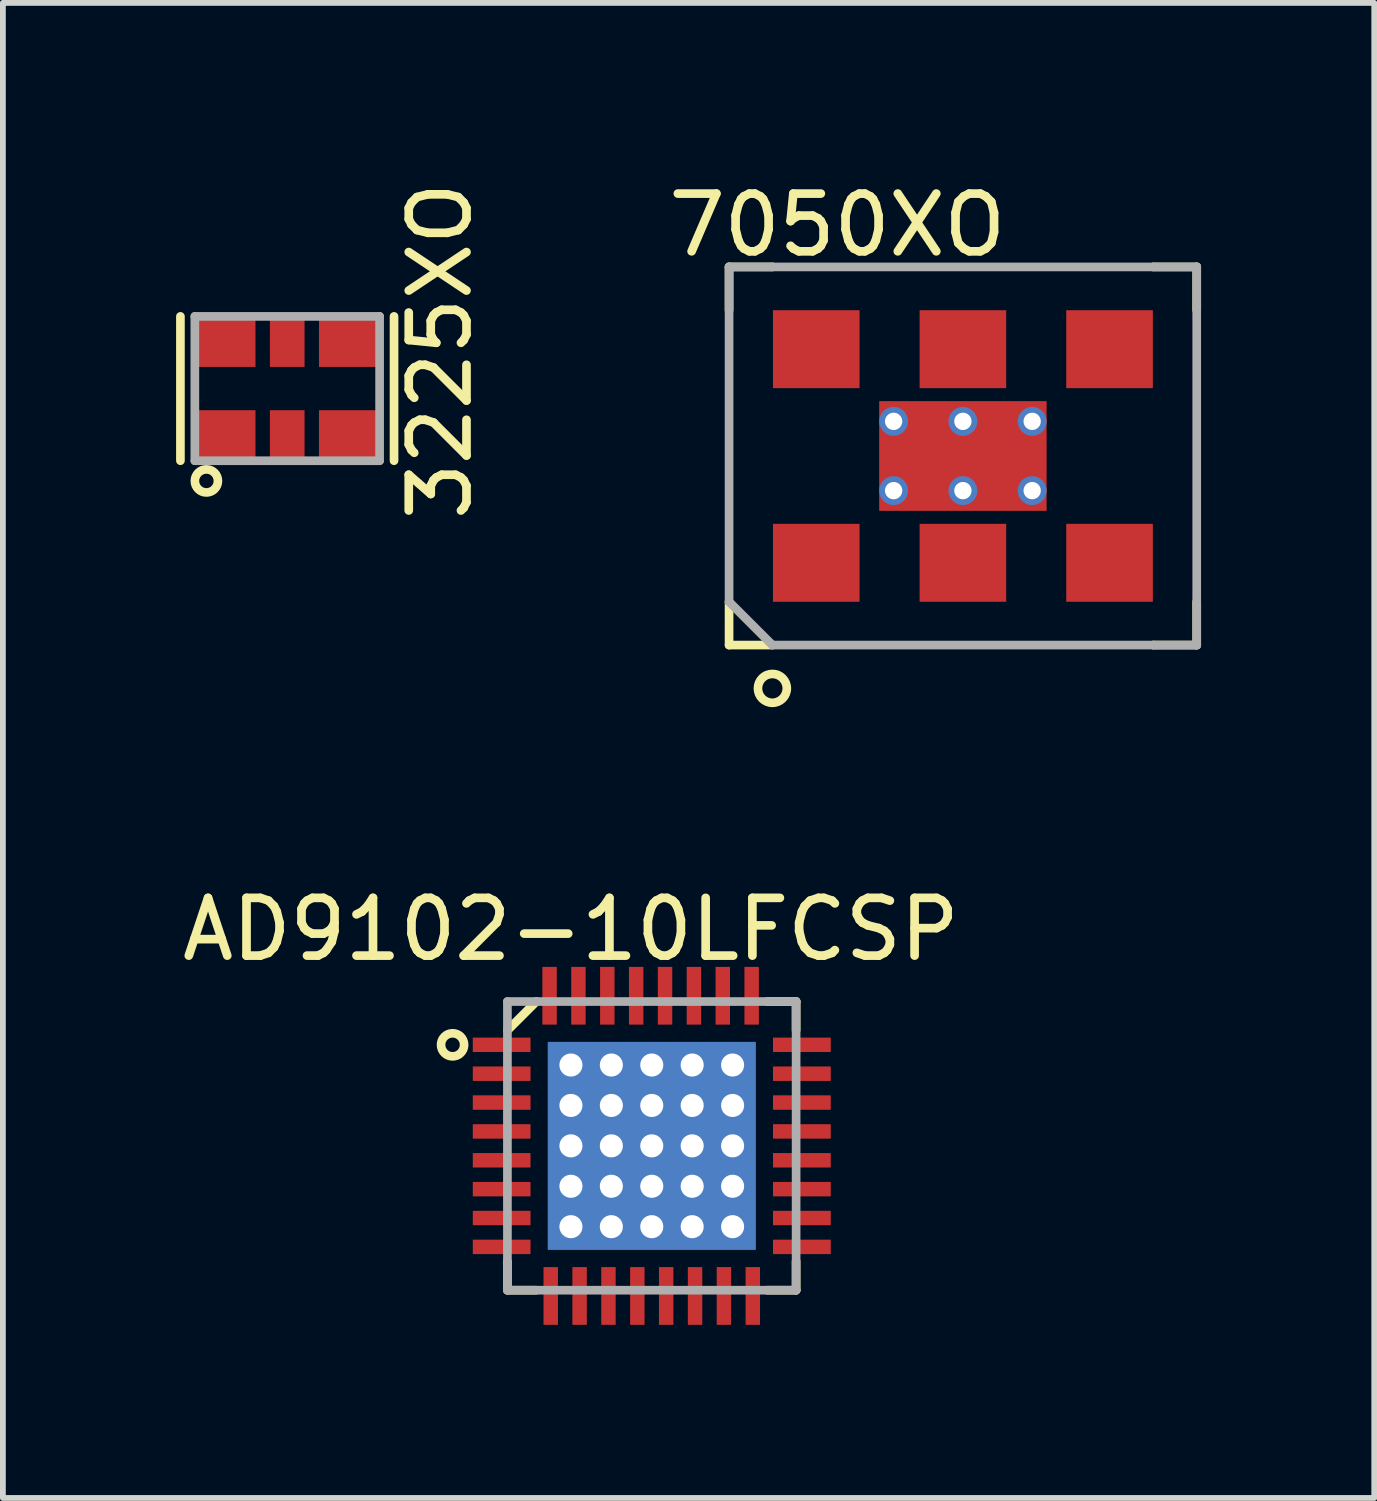
<source format=kicad_pcb>
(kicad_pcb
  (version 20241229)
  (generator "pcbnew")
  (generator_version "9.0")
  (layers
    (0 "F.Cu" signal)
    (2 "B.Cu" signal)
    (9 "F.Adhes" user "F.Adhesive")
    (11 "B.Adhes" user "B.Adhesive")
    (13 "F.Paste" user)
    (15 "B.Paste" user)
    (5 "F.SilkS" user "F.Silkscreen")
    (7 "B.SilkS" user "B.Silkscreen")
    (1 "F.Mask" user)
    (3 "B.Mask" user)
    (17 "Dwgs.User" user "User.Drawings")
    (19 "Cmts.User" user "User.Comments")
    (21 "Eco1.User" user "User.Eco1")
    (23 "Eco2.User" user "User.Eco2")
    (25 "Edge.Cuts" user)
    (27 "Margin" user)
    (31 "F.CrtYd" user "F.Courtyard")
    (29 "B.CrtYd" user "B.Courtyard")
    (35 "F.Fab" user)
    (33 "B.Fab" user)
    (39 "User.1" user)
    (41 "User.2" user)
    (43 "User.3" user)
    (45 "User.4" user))
  (footprint "AD9102-10LFCSP"
    (layer "F.Cu")
    (at 8.239 16.797)
    (property "Reference" "AD9102-10LFCSP" (at -1.4 -3.75 0) (layer "F.SilkS") (effects (font (size 1 1) (thickness 0.15))))
    (attr through_hole)
    (fp_line (start -2.5 -2) (end -2 -2.5) (stroke (width 0.15) (type solid)) (layer "F.SilkS"))
    (fp_line (start -2.5 2) (end -2.5 2.5) (stroke (width 0.15) (type solid)) (layer "F.SilkS"))
    (fp_line (start -2.5 2.5) (end -2 2.5) (stroke (width 0.15) (type solid)) (layer "F.SilkS"))
    (fp_line (start 2.5 -2.5) (end 2 -2.5) (stroke (width 0.15) (type solid)) (layer "F.SilkS"))
    (fp_line (start 2.5 -2) (end 2.5 -2.5) (stroke (width 0.15) (type solid)) (layer "F.SilkS"))
    (fp_line (start 2.5 2) (end 2.5 2.5) (stroke (width 0.15) (type solid)) (layer "F.SilkS"))
    (fp_line (start 2.5 2.5) (end 2 2.5) (stroke (width 0.15) (type solid)) (layer "F.SilkS"))
    (fp_circle (center -3.45 -1.75) (end -3.25 -1.75) (stroke (width 0.15) (type solid)) (fill no) (layer "F.SilkS"))
    (fp_line (start -2.5 -2.5) (end 2.5 -2.5) (stroke (width 0.15) (type solid)) (layer "F.Fab"))
    (fp_line (start -2.5 2.5) (end -2.5 -2.5) (stroke (width 0.15) (type solid)) (layer "F.Fab"))
    (fp_line (start 2.5 -2.5) (end 2.5 2.5) (stroke (width 0.15) (type solid)) (layer "F.Fab"))
    (fp_line (start 2.5 2.5) (end -2.5 2.5) (stroke (width 0.15) (type solid)) (layer "F.Fab"))
    (pad "1" smd rect (at -2.3 -1.75) (size 1 0.25) (drill (offset -0.3 0)) (layers "F.Cu" "F.Mask" "F.Paste"))
    (pad "2" smd rect (at -2.3 -1.25) (size 1 0.25) (drill (offset -0.3 0)) (layers "F.Cu" "F.Mask" "F.Paste"))
    (pad "3" smd rect (at -2.3 -0.75) (size 1 0.25) (drill (offset -0.3 0)) (layers "F.Cu" "F.Mask" "F.Paste"))
    (pad "4" smd rect (at -2.3 -0.25) (size 1 0.25) (drill (offset -0.3 0)) (layers "F.Cu" "F.Mask" "F.Paste"))
    (pad "5" smd rect (at -2.3 0.25) (size 1 0.25) (drill (offset -0.3 0)) (layers "F.Cu" "F.Mask" "F.Paste"))
    (pad "6" smd rect (at -2.3 0.75) (size 1 0.25) (drill (offset -0.3 0)) (layers "F.Cu" "F.Mask" "F.Paste"))
    (pad "7" smd rect (at -2.3 1.25) (size 1 0.25) (drill (offset -0.3 0)) (layers "F.Cu" "F.Mask" "F.Paste"))
    (pad "8" smd rect (at -2.3 1.75) (size 1 0.25) (drill (offset -0.3 0)) (layers "F.Cu" "F.Mask" "F.Paste"))
    (pad "9" smd rect (at -1.75 2.3 90) (size 1 0.25) (drill (offset -0.3 0)) (layers "F.Cu" "F.Mask" "F.Paste"))
    (pad "10" smd rect (at -1.25 2.3 90) (size 1 0.25) (drill (offset -0.3 0)) (layers "F.Cu" "F.Mask" "F.Paste"))
    (pad "11" smd rect (at -0.75 2.3 90) (size 1 0.25) (drill (offset -0.3 0)) (layers "F.Cu" "F.Mask" "F.Paste"))
    (pad "12" smd rect (at -0.25 2.3 90) (size 1 0.25) (drill (offset -0.3 0)) (layers "F.Cu" "F.Mask" "F.Paste"))
    (pad "13" smd rect (at 0.25 2.3 90) (size 1 0.25) (drill (offset -0.3 0)) (layers "F.Cu" "F.Mask" "F.Paste"))
    (pad "14" smd rect (at 0.75 2.3 90) (size 1 0.25) (drill (offset -0.3 0)) (layers "F.Cu" "F.Mask" "F.Paste"))
    (pad "15" smd rect (at 1.25 2.3 90) (size 1 0.25) (drill (offset -0.3 0)) (layers "F.Cu" "F.Mask" "F.Paste"))
    (pad "16" smd rect (at 1.75 2.3 90) (size 1 0.25) (drill (offset -0.3 0)) (layers "F.Cu" "F.Mask" "F.Paste"))
    (pad "17" smd rect (at 2.3 1.75 180) (size 1 0.25) (drill (offset -0.3 0)) (layers "F.Cu" "F.Mask" "F.Paste"))
    (pad "18" smd rect (at 2.3 1.25 180) (size 1 0.25) (drill (offset -0.3 0)) (layers "F.Cu" "F.Mask" "F.Paste"))
    (pad "19" smd rect (at 2.3 0.75 180) (size 1 0.25) (drill (offset -0.3 0)) (layers "F.Cu" "F.Mask" "F.Paste"))
    (pad "20" smd rect (at 2.3 0.25 180) (size 1 0.25) (drill (offset -0.3 0)) (layers "F.Cu" "F.Mask" "F.Paste"))
    (pad "21" smd rect (at 2.3 -0.25 180) (size 1 0.25) (drill (offset -0.3 0)) (layers "F.Cu" "F.Mask" "F.Paste"))
    (pad "22" smd rect (at 2.3 -0.75 180) (size 1 0.25) (drill (offset -0.3 0)) (layers "F.Cu" "F.Mask" "F.Paste"))
    (pad "23" smd rect (at 2.3 -1.25 180) (size 1 0.25) (drill (offset -0.3 0)) (layers "F.Cu" "F.Mask" "F.Paste"))
    (pad "24" smd rect (at 2.3 -1.75 180) (size 1 0.25) (drill (offset -0.3 0)) (layers "F.Cu" "F.Mask" "F.Paste"))
    (pad "25" smd rect (at 1.73 -2.3 270) (size 1 0.25) (drill (offset -0.3 0)) (layers "F.Cu" "F.Mask" "F.Paste"))
    (pad "26" smd rect (at 1.23 -2.3 270) (size 1 0.25) (drill (offset -0.3 0)) (layers "F.Cu" "F.Mask" "F.Paste"))
    (pad "27" smd rect (at 0.73 -2.3 270) (size 1 0.25) (drill (offset -0.3 0)) (layers "F.Cu" "F.Mask" "F.Paste"))
    (pad "28" smd rect (at 0.23 -2.3 270) (size 1 0.25) (drill (offset -0.3 0)) (layers "F.Cu" "F.Mask" "F.Paste"))
    (pad "29" smd rect (at -0.27 -2.3 270) (size 1 0.25) (drill (offset -0.3 0)) (layers "F.Cu" "F.Mask" "F.Paste"))
    (pad "30" smd rect (at -0.77 -2.3 270) (size 1 0.25) (drill (offset -0.3 0)) (layers "F.Cu" "F.Mask" "F.Paste"))
    (pad "31" smd rect (at -1.27 -2.3 270) (size 1 0.25) (drill (offset -0.3 0)) (layers "F.Cu" "F.Mask" "F.Paste"))
    (pad "32" smd rect (at -1.77 -2.3 270) (size 1 0.25) (drill (offset -0.3 0)) (layers "F.Cu" "F.Mask" "F.Paste"))
    (pad "EP" thru_hole circle (at -1.4 -1.4) (size 0.6 0.6) (drill 0.4) (layers "*.Cu" "*.Mask"))
    (pad "EP" thru_hole circle (at -1.4 -0.7) (size 0.6 0.6) (drill 0.4) (layers "*.Cu" "*.Mask"))
    (pad "EP" thru_hole circle (at -1.4 0) (size 0.6 0.6) (drill 0.4) (layers "*.Cu" "*.Mask"))
    (pad "EP" thru_hole circle (at -1.4 0.7) (size 0.6 0.6) (drill 0.4) (layers "*.Cu" "*.Mask"))
    (pad "EP" thru_hole circle (at -1.4 1.4) (size 0.6 0.6) (drill 0.4) (layers "*.Cu" "*.Mask"))
    (pad "EP" thru_hole circle (at -0.7 -1.4) (size 0.6 0.6) (drill 0.4) (layers "*.Cu" "*.Mask"))
    (pad "EP" thru_hole circle (at -0.7 -0.7) (size 0.6 0.6) (drill 0.4) (layers "*.Cu" "*.Mask"))
    (pad "EP" thru_hole circle (at -0.7 0) (size 0.6 0.6) (drill 0.4) (layers "*.Cu" "*.Mask"))
    (pad "EP" thru_hole circle (at -0.7 0.7) (size 0.6 0.6) (drill 0.4) (layers "*.Cu" "*.Mask"))
    (pad "EP" thru_hole circle (at -0.7 1.4) (size 0.6 0.6) (drill 0.4) (layers "*.Cu" "*.Mask"))
    (pad "EP" thru_hole circle (at 0 -1.4) (size 0.6 0.6) (drill 0.4) (layers "*.Cu" "*.Mask"))
    (pad "EP" thru_hole circle (at 0 -0.7) (size 0.6 0.6) (drill 0.4) (layers "*.Cu" "*.Mask"))
    (pad "EP" thru_hole circle (at 0 0) (size 0.6 0.6) (drill 0.4) (layers "*.Cu" "*.Mask"))
    (pad "EP" smd rect (at 0 0) (size 3.6 3.6) (layers "F.Cu" "F.Mask" "F.Paste"))
    (pad "EP" smd rect (at 0 0) (size 3.6 3.6) (layers "F.Mask" "B.Cu" "F.Paste"))
    (pad "EP" thru_hole circle (at 0 0.7) (size 0.6 0.6) (drill 0.4) (layers "*.Cu" "*.Mask"))
    (pad "EP" thru_hole circle (at 0 1.4) (size 0.6 0.6) (drill 0.4) (layers "*.Cu" "*.Mask"))
    (pad "EP" thru_hole circle (at 0.7 -1.4) (size 0.6 0.6) (drill 0.4) (layers "*.Cu" "*.Mask"))
    (pad "EP" thru_hole circle (at 0.7 -0.7) (size 0.6 0.6) (drill 0.4) (layers "*.Cu" "*.Mask"))
    (pad "EP" thru_hole circle (at 0.7 0) (size 0.6 0.6) (drill 0.4) (layers "*.Cu" "*.Mask"))
    (pad "EP" thru_hole circle (at 0.7 0.7) (size 0.6 0.6) (drill 0.4) (layers "*.Cu" "*.Mask"))
    (pad "EP" thru_hole circle (at 0.7 1.4) (size 0.6 0.6) (drill 0.4) (layers "*.Cu" "*.Mask"))
    (pad "EP" thru_hole circle (at 1.4 -1.4) (size 0.6 0.6) (drill 0.4) (layers "*.Cu" "*.Mask"))
    (pad "EP" thru_hole circle (at 1.4 -0.7) (size 0.6 0.6) (drill 0.4) (layers "*.Cu" "*.Mask"))
    (pad "EP" thru_hole circle (at 1.4 0) (size 0.6 0.6) (drill 0.4) (layers "*.Cu" "*.Mask"))
    (pad "EP" thru_hole circle (at 1.4 0.7) (size 0.6 0.6) (drill 0.4) (layers "*.Cu" "*.Mask"))
    (pad "EP" thru_hole circle (at 1.4 1.4) (size 0.6 0.6) (drill 0.4) (layers "*.Cu" "*.Mask")))
  (footprint "3225XO"
    (layer "F.Cu")
    (at 1.925 3.68)
    (property "Reference" "3225XO" (at 2.65 -0.65 90) (layer "F.SilkS") (effects (font (size 1 1) (thickness 0.15))))
    (attr through_hole)
    (fp_line (start -1.85 1.25) (end -1.85 -1.25) (stroke (width 0.15) (type solid)) (layer "F.SilkS"))
    (fp_line (start 1.85 -1.25) (end 1.85 1.25) (stroke (width 0.15) (type solid)) (layer "F.SilkS"))
    (fp_circle (center -1.4 1.6) (end -1.4 1.8) (stroke (width 0.15) (type solid)) (fill no) (layer "F.SilkS"))
    (fp_line (start -1.6 -1.25) (end -1.6 1.25) (stroke (width 0.15) (type solid)) (layer "F.Fab"))
    (fp_line (start -1.6 1.25) (end 1.6 1.25) (stroke (width 0.15) (type solid)) (layer "F.Fab"))
    (fp_line (start 1.6 -1.25) (end -1.6 -1.25) (stroke (width 0.15) (type solid)) (layer "F.Fab"))
    (fp_line (start 1.6 1.25) (end 1.6 -1.25) (stroke (width 0.15) (type solid)) (layer "F.Fab"))
    (pad "1" smd rect (at -1.05 0.8) (size 1 0.85) (layers "F.Cu" "F.Mask" "F.Paste"))
    (pad "2" smd rect (at 0 0.8) (size 0.6 0.85) (layers "F.Cu" "F.Mask" "F.Paste"))
    (pad "3" smd rect (at 1.05 0.8) (size 1 0.85) (layers "F.Cu" "F.Mask" "F.Paste"))
    (pad "4" smd rect (at 1.05 -0.8) (size 1 0.85) (layers "F.Cu" "F.Mask" "F.Paste"))
    (pad "5" smd rect (at 0 -0.8) (size 0.6 0.85) (layers "F.Cu" "F.Mask" "F.Paste"))
    (pad "6" smd rect (at -1.05 -0.8) (size 1 0.85) (layers "F.Cu" "F.Mask" "F.Paste")))
  (footprint "7050XO"
    (layer "F.Cu")
    (at 13.628 4.848)
    (property "Reference" "7050XO" (at -2.175 -4 0) (layer "F.SilkS") (effects (font (size 1 1) (thickness 0.15))))
    (attr through_hole)
    (fp_line (start -4.05 -3.275) (end -3.3 -3.275) (stroke (width 0.15) (type solid)) (layer "F.SilkS"))
    (fp_line (start -4.05 -2.525) (end -4.05 -3.275) (stroke (width 0.15) (type solid)) (layer "F.SilkS"))
    (fp_line (start -4.05 2.525) (end -4.05 3.275) (stroke (width 0.15) (type solid)) (layer "F.SilkS"))
    (fp_line (start -4.05 3.275) (end -3.3 3.275) (stroke (width 0.15) (type solid)) (layer "F.SilkS"))
    (fp_line (start 4.05 -3.275) (end 3.3 -3.275) (stroke (width 0.15) (type solid)) (layer "F.SilkS"))
    (fp_line (start 4.05 -2.525) (end 4.05 -3.275) (stroke (width 0.15) (type solid)) (layer "F.SilkS"))
    (fp_line (start 4.05 2.525) (end 4.05 3.275) (stroke (width 0.15) (type solid)) (layer "F.SilkS"))
    (fp_line (start 4.05 3.275) (end 3.3 3.275) (stroke (width 0.15) (type solid)) (layer "F.SilkS"))
    (fp_circle (center -3.3 4.025) (end -3.3 3.775) (stroke (width 0.15) (type solid)) (fill no) (layer "F.SilkS"))
    (fp_line (start -4.05 -3.275) (end -4.05 2.525) (stroke (width 0.15) (type solid)) (layer "F.Fab"))
    (fp_line (start -4.05 2.525) (end -3.3 3.275) (stroke (width 0.15) (type solid)) (layer "F.Fab"))
    (fp_line (start -3.3 -3.275) (end -4.05 -3.275) (stroke (width 0.15) (type solid)) (layer "F.Fab"))
    (fp_line (start -3.3 3.275) (end 3.3 3.275) (stroke (width 0.15) (type solid)) (layer "F.Fab"))
    (fp_line (start 3.3 -3.275) (end -3.3 -3.275) (stroke (width 0.15) (type solid)) (layer "F.Fab"))
    (fp_line (start 3.3 3.275) (end 4.05 3.275) (stroke (width 0.15) (type solid)) (layer "F.Fab"))
    (fp_line (start 4.05 -3.275) (end 3.3 -3.275) (stroke (width 0.15) (type solid)) (layer "F.Fab"))
    (fp_line (start 4.05 3.275) (end 4.05 -3.275) (stroke (width 0.15) (type solid)) (layer "F.Fab"))
    (pad "1" smd rect (at -2.54 1.85) (size 1.5 1.35) (layers "F.Cu" "F.Mask" "F.Paste"))
    (pad "2" smd rect (at 0 1.85) (size 1.5 1.35) (layers "F.Cu" "F.Mask" "F.Paste"))
    (pad "3" thru_hole circle (at -1.2 -0.6) (size 0.5 0.5) (drill 0.3) (layers "*.Cu" "*.Mask"))
    (pad "3" thru_hole circle (at -1.2 0.6) (size 0.5 0.5) (drill 0.3) (layers "*.Cu" "*.Mask"))
    (pad "3" thru_hole circle (at 0 -0.6) (size 0.5 0.5) (drill 0.3) (layers "*.Cu" "*.Mask"))
    (pad "3" smd rect (at 0 0) (size 2.9 1.9) (layers "F.Cu" "F.Mask" "F.Paste"))
    (pad "3" thru_hole circle (at 0 0.6) (size 0.5 0.5) (drill 0.3) (layers "*.Cu" "*.Mask"))
    (pad "3" thru_hole circle (at 1.2 -0.6) (size 0.5 0.5) (drill 0.3) (layers "*.Cu" "*.Mask"))
    (pad "3" thru_hole circle (at 1.2 0.6) (size 0.5 0.5) (drill 0.3) (layers "*.Cu" "*.Mask"))
    (pad "3" smd rect (at 2.54 1.85) (size 1.5 1.35) (layers "F.Cu" "F.Mask" "F.Paste"))
    (pad "4" smd rect (at 2.54 -1.85) (size 1.5 1.35) (layers "F.Cu" "F.Mask" "F.Paste"))
    (pad "5" smd rect (at 0 -1.85) (size 1.5 1.35) (layers "F.Cu" "F.Mask" "F.Paste"))
    (pad "6" smd rect (at -2.54 -1.85) (size 1.5 1.35) (layers "F.Cu" "F.Mask" "F.Paste")))
  (gr_rect
    (start -3 -3)
    (end 20.753 22.896)
    (stroke (width 0.1) (type default))
    (fill no)
    (layer "Edge.Cuts")))
</source>
